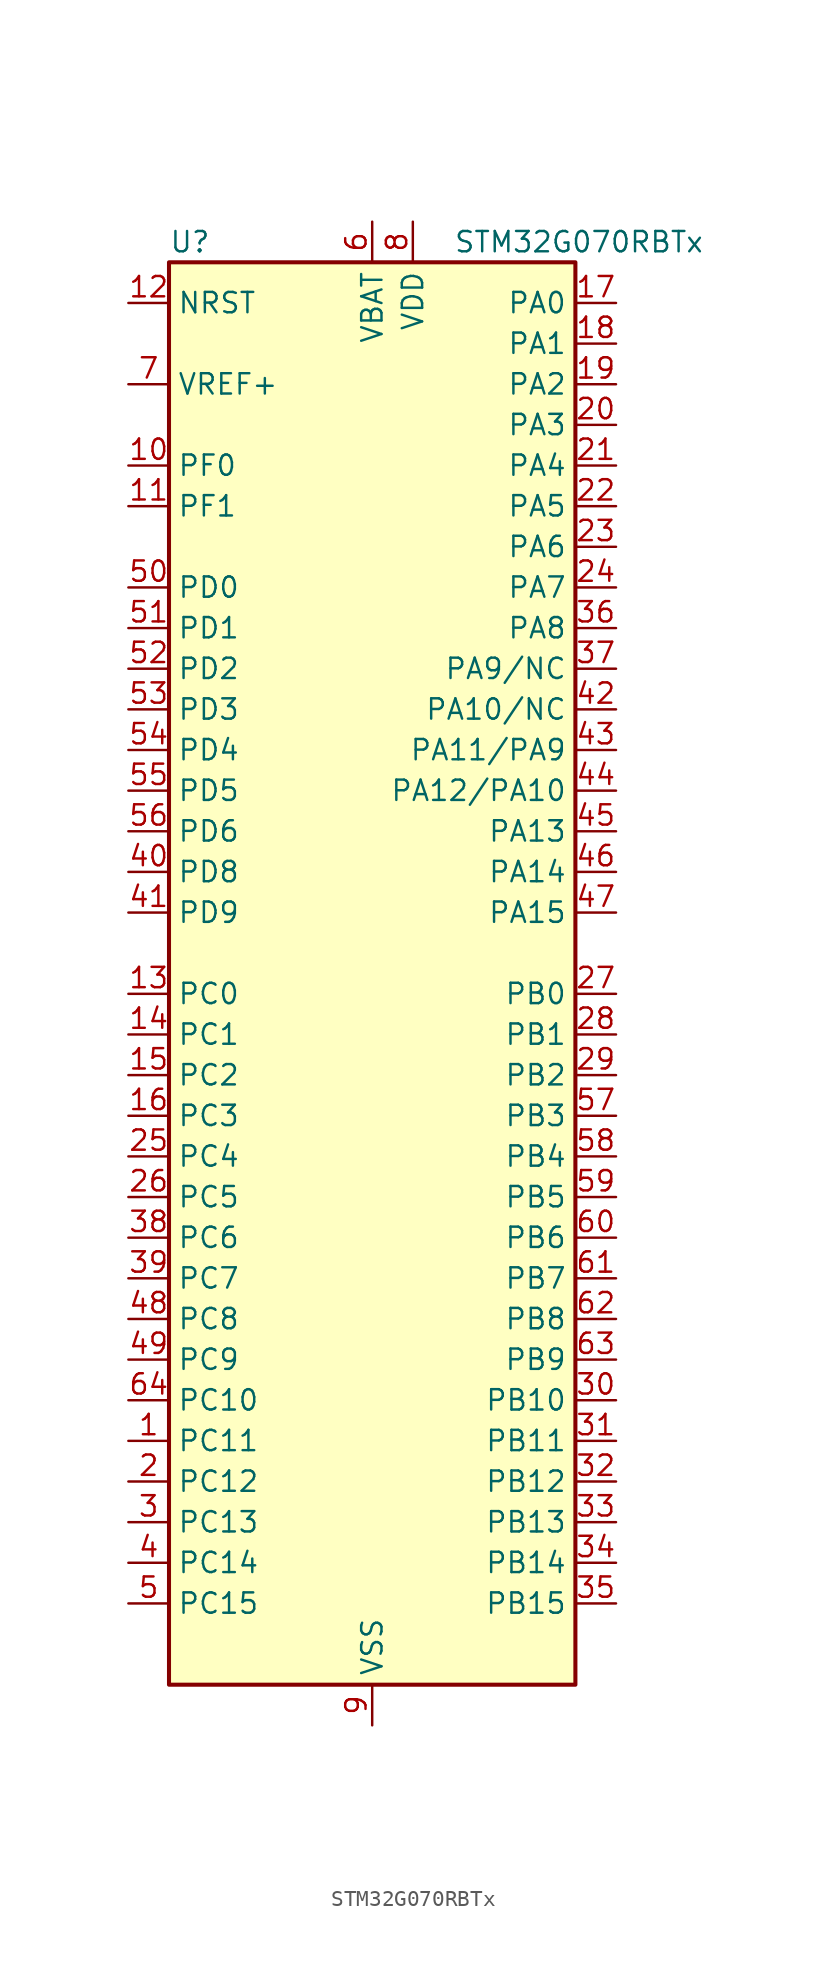
<source format=kicad_sym>
(kicad_symbol_lib
  (version 20220914)
  (generator kicad_symbol_editor)
  (symbol "STM32G070RBTx"
    (property "Reference" "U"
      (at -12.7 46.99 0)
      (effects (font (size 1.27 1.27)) (justify left)))
    (property "Value" "STM32G070RBTx"
      (at 5.08 46.99 0)
      (effects (font (size 1.27 1.27)) (justify left)))
    (property "ki_locked" ""
      (at 0 0 0)
      (effects (font (size 1.27 1.27))))
    (symbol "STM32G070RBTx_0_1"
      (rectangle (start -12.7 -43.18) (end 12.7 45.72) (stroke (width 0.254) (type default)) (fill (type background))))
    (symbol "STM32G070RBTx_1_1"
      (pin bidirectional line (at -15.24 -27.94 0) (length 2.54) (name "PC11" (effects (font (size 1.27 1.27)))) (number "1" (effects (font (size 1.27 1.27)))) (alternate "ADC1_EXTI11" bidirectional line) (alternate "TIM1_CH4" bidirectional line) (alternate "USART3_RX" bidirectional line) (alternate "USART4_RX" bidirectional line))
      (pin bidirectional line (at -15.24 33.02 0) (length 2.54) (name "PF0" (effects (font (size 1.27 1.27)))) (number "10" (effects (font (size 1.27 1.27)))) (alternate "RCC_OSC_IN" bidirectional line) (alternate "TIM14_CH1" bidirectional line))
      (pin bidirectional line (at -15.24 30.48 0) (length 2.54) (name "PF1" (effects (font (size 1.27 1.27)))) (number "11" (effects (font (size 1.27 1.27)))) (alternate "RCC_OSC_EN" bidirectional line) (alternate "RCC_OSC_OUT" bidirectional line) (alternate "TIM15_CH1N" bidirectional line))
      (pin input line (at -15.24 43.18 0) (length 2.54) (name "NRST" (effects (font (size 1.27 1.27)))) (number "12" (effects (font (size 1.27 1.27)))))
      (pin bidirectional line (at -15.24 0 0) (length 2.54) (name "PC0" (effects (font (size 1.27 1.27)))) (number "13" (effects (font (size 1.27 1.27)))))
      (pin bidirectional line (at -15.24 -2.54 0) (length 2.54) (name "PC1" (effects (font (size 1.27 1.27)))) (number "14" (effects (font (size 1.27 1.27)))) (alternate "TIM15_CH1" bidirectional line))
      (pin bidirectional line (at -15.24 -5.08 0) (length 2.54) (name "PC2" (effects (font (size 1.27 1.27)))) (number "15" (effects (font (size 1.27 1.27)))) (alternate "SPI2_MISO" bidirectional line) (alternate "TIM15_CH2" bidirectional line))
      (pin bidirectional line (at -15.24 -7.62 0) (length 2.54) (name "PC3" (effects (font (size 1.27 1.27)))) (number "16" (effects (font (size 1.27 1.27)))) (alternate "SPI2_MOSI" bidirectional line))
      (pin bidirectional line (at 15.24 43.18 180) (length 2.54) (name "PA0" (effects (font (size 1.27 1.27)))) (number "17" (effects (font (size 1.27 1.27)))) (alternate "ADC1_IN0" bidirectional line) (alternate "RTC_TAMP_IN2" bidirectional line) (alternate "SPI2_SCK" bidirectional line) (alternate "SYS_WKUP1" bidirectional line) (alternate "USART2_CTS" bidirectional line) (alternate "USART2_NSS" bidirectional line) (alternate "USART4_TX" bidirectional line))
      (pin bidirectional line (at 15.24 40.64 180) (length 2.54) (name "PA1" (effects (font (size 1.27 1.27)))) (number "18" (effects (font (size 1.27 1.27)))) (alternate "ADC1_IN1" bidirectional line) (alternate "I2C1_SMBA" bidirectional line) (alternate "I2S1_CK" bidirectional line) (alternate "SPI1_SCK" bidirectional line) (alternate "TIM15_CH1N" bidirectional line) (alternate "USART2_CK" bidirectional line) (alternate "USART2_DE" bidirectional line) (alternate "USART2_RTS" bidirectional line) (alternate "USART4_RX" bidirectional line))
      (pin bidirectional line (at 15.24 38.1 180) (length 2.54) (name "PA2" (effects (font (size 1.27 1.27)))) (number "19" (effects (font (size 1.27 1.27)))) (alternate "ADC1_IN2" bidirectional line) (alternate "I2S1_SD" bidirectional line) (alternate "RCC_LSCO" bidirectional line) (alternate "SPI1_MOSI" bidirectional line) (alternate "SYS_WKUP4" bidirectional line) (alternate "TIM15_CH1" bidirectional line) (alternate "USART2_TX" bidirectional line))
      (pin bidirectional line (at -15.24 -30.48 0) (length 2.54) (name "PC12" (effects (font (size 1.27 1.27)))) (number "2" (effects (font (size 1.27 1.27)))) (alternate "TIM14_CH1" bidirectional line))
      (pin bidirectional line (at 15.24 35.56 180) (length 2.54) (name "PA3" (effects (font (size 1.27 1.27)))) (number "20" (effects (font (size 1.27 1.27)))) (alternate "ADC1_IN3" bidirectional line) (alternate "SPI2_MISO" bidirectional line) (alternate "TIM15_CH2" bidirectional line) (alternate "USART2_RX" bidirectional line))
      (pin bidirectional line (at 15.24 33.02 180) (length 2.54) (name "PA4" (effects (font (size 1.27 1.27)))) (number "21" (effects (font (size 1.27 1.27)))) (alternate "ADC1_IN4" bidirectional line) (alternate "I2S1_WS" bidirectional line) (alternate "RTC_OUT_ALARM" bidirectional line) (alternate "RTC_OUT_CALIB" bidirectional line) (alternate "SPI1_NSS" bidirectional line) (alternate "SPI2_MOSI" bidirectional line) (alternate "TIM14_CH1" bidirectional line))
      (pin bidirectional line (at 15.24 30.48 180) (length 2.54) (name "PA5" (effects (font (size 1.27 1.27)))) (number "22" (effects (font (size 1.27 1.27)))) (alternate "ADC1_IN5" bidirectional line) (alternate "I2S1_CK" bidirectional line) (alternate "SPI1_SCK" bidirectional line) (alternate "USART3_TX" bidirectional line))
      (pin bidirectional line (at 15.24 27.94 180) (length 2.54) (name "PA6" (effects (font (size 1.27 1.27)))) (number "23" (effects (font (size 1.27 1.27)))) (alternate "ADC1_IN6" bidirectional line) (alternate "I2S1_MCK" bidirectional line) (alternate "SPI1_MISO" bidirectional line) (alternate "TIM16_CH1" bidirectional line) (alternate "TIM1_BK" bidirectional line) (alternate "TIM3_CH1" bidirectional line) (alternate "USART3_CTS" bidirectional line) (alternate "USART3_NSS" bidirectional line))
      (pin bidirectional line (at 15.24 25.4 180) (length 2.54) (name "PA7" (effects (font (size 1.27 1.27)))) (number "24" (effects (font (size 1.27 1.27)))) (alternate "ADC1_IN7" bidirectional line) (alternate "I2S1_SD" bidirectional line) (alternate "SPI1_MOSI" bidirectional line) (alternate "TIM14_CH1" bidirectional line) (alternate "TIM17_CH1" bidirectional line) (alternate "TIM1_CH1N" bidirectional line) (alternate "TIM3_CH2" bidirectional line))
      (pin bidirectional line (at -15.24 -10.16 0) (length 2.54) (name "PC4" (effects (font (size 1.27 1.27)))) (number "25" (effects (font (size 1.27 1.27)))) (alternate "ADC1_IN17" bidirectional line) (alternate "USART1_TX" bidirectional line) (alternate "USART3_TX" bidirectional line))
      (pin bidirectional line (at -15.24 -12.7 0) (length 2.54) (name "PC5" (effects (font (size 1.27 1.27)))) (number "26" (effects (font (size 1.27 1.27)))) (alternate "ADC1_IN18" bidirectional line) (alternate "SYS_WKUP5" bidirectional line) (alternate "USART1_RX" bidirectional line) (alternate "USART3_RX" bidirectional line))
      (pin bidirectional line (at 15.24 0 180) (length 2.54) (name "PB0" (effects (font (size 1.27 1.27)))) (number "27" (effects (font (size 1.27 1.27)))) (alternate "ADC1_IN8" bidirectional line) (alternate "I2S1_WS" bidirectional line) (alternate "SPI1_NSS" bidirectional line) (alternate "TIM1_CH2N" bidirectional line) (alternate "TIM3_CH3" bidirectional line) (alternate "USART3_RX" bidirectional line))
      (pin bidirectional line (at 15.24 -2.54 180) (length 2.54) (name "PB1" (effects (font (size 1.27 1.27)))) (number "28" (effects (font (size 1.27 1.27)))) (alternate "ADC1_IN9" bidirectional line) (alternate "TIM14_CH1" bidirectional line) (alternate "TIM1_CH3N" bidirectional line) (alternate "TIM3_CH4" bidirectional line) (alternate "USART3_CK" bidirectional line) (alternate "USART3_DE" bidirectional line) (alternate "USART3_RTS" bidirectional line))
      (pin bidirectional line (at 15.24 -5.08 180) (length 2.54) (name "PB2" (effects (font (size 1.27 1.27)))) (number "29" (effects (font (size 1.27 1.27)))) (alternate "ADC1_IN10" bidirectional line) (alternate "SPI2_MISO" bidirectional line) (alternate "USART3_TX" bidirectional line))
      (pin bidirectional line (at -15.24 -33.02 0) (length 2.54) (name "PC13" (effects (font (size 1.27 1.27)))) (number "3" (effects (font (size 1.27 1.27)))) (alternate "RTC_OUT_ALARM" bidirectional line) (alternate "RTC_OUT_CALIB" bidirectional line) (alternate "RTC_TAMP_IN1" bidirectional line) (alternate "RTC_TS" bidirectional line) (alternate "SYS_WKUP2" bidirectional line) (alternate "TIM1_BK" bidirectional line))
      (pin bidirectional line (at 15.24 -25.4 180) (length 2.54) (name "PB10" (effects (font (size 1.27 1.27)))) (number "30" (effects (font (size 1.27 1.27)))) (alternate "ADC1_IN11" bidirectional line) (alternate "I2C2_SCL" bidirectional line) (alternate "SPI2_SCK" bidirectional line) (alternate "USART3_TX" bidirectional line))
      (pin bidirectional line (at 15.24 -27.94 180) (length 2.54) (name "PB11" (effects (font (size 1.27 1.27)))) (number "31" (effects (font (size 1.27 1.27)))) (alternate "ADC1_EXTI11" bidirectional line) (alternate "ADC1_IN15" bidirectional line) (alternate "I2C2_SDA" bidirectional line) (alternate "SPI2_MOSI" bidirectional line) (alternate "USART3_RX" bidirectional line))
      (pin bidirectional line (at 15.24 -30.48 180) (length 2.54) (name "PB12" (effects (font (size 1.27 1.27)))) (number "32" (effects (font (size 1.27 1.27)))) (alternate "ADC1_IN16" bidirectional line) (alternate "SPI2_NSS" bidirectional line) (alternate "TIM15_BK" bidirectional line) (alternate "TIM1_BK" bidirectional line))
      (pin bidirectional line (at 15.24 -33.02 180) (length 2.54) (name "PB13" (effects (font (size 1.27 1.27)))) (number "33" (effects (font (size 1.27 1.27)))) (alternate "I2C2_SCL" bidirectional line) (alternate "SPI2_SCK" bidirectional line) (alternate "TIM15_CH1N" bidirectional line) (alternate "TIM1_CH1N" bidirectional line) (alternate "USART3_CTS" bidirectional line) (alternate "USART3_NSS" bidirectional line))
      (pin bidirectional line (at 15.24 -35.56 180) (length 2.54) (name "PB14" (effects (font (size 1.27 1.27)))) (number "34" (effects (font (size 1.27 1.27)))) (alternate "I2C2_SDA" bidirectional line) (alternate "SPI2_MISO" bidirectional line) (alternate "TIM15_CH1" bidirectional line) (alternate "TIM1_CH2N" bidirectional line) (alternate "USART3_CK" bidirectional line) (alternate "USART3_DE" bidirectional line) (alternate "USART3_RTS" bidirectional line))
      (pin bidirectional line (at 15.24 -38.1 180) (length 2.54) (name "PB15" (effects (font (size 1.27 1.27)))) (number "35" (effects (font (size 1.27 1.27)))) (alternate "RTC_REFIN" bidirectional line) (alternate "SPI2_MOSI" bidirectional line) (alternate "TIM15_CH1N" bidirectional line) (alternate "TIM15_CH2" bidirectional line) (alternate "TIM1_CH3N" bidirectional line))
      (pin bidirectional line (at 15.24 22.86 180) (length 2.54) (name "PA8" (effects (font (size 1.27 1.27)))) (number "36" (effects (font (size 1.27 1.27)))) (alternate "RCC_MCO" bidirectional line) (alternate "SPI2_NSS" bidirectional line) (alternate "TIM1_CH1" bidirectional line))
      (pin bidirectional line (at 15.24 20.32 180) (length 2.54) (name "PA9/NC" (effects (font (size 1.27 1.27)))) (number "37" (effects (font (size 1.27 1.27)))) (alternate "I2C1_SCL" bidirectional line) (alternate "RCC_MCO" bidirectional line) (alternate "SPI2_MISO" bidirectional line) (alternate "TIM15_BK" bidirectional line) (alternate "TIM1_CH2" bidirectional line) (alternate "USART1_TX" bidirectional line))
      (pin bidirectional line (at -15.24 -15.24 0) (length 2.54) (name "PC6" (effects (font (size 1.27 1.27)))) (number "38" (effects (font (size 1.27 1.27)))) (alternate "TIM3_CH1" bidirectional line))
      (pin bidirectional line (at -15.24 -17.78 0) (length 2.54) (name "PC7" (effects (font (size 1.27 1.27)))) (number "39" (effects (font (size 1.27 1.27)))) (alternate "TIM3_CH2" bidirectional line))
      (pin bidirectional line (at -15.24 -35.56 0) (length 2.54) (name "PC14" (effects (font (size 1.27 1.27)))) (number "4" (effects (font (size 1.27 1.27)))) (alternate "RCC_OSC32_IN" bidirectional line) (alternate "TIM1_BK2" bidirectional line))
      (pin bidirectional line (at -15.24 7.62 0) (length 2.54) (name "PD8" (effects (font (size 1.27 1.27)))) (number "40" (effects (font (size 1.27 1.27)))) (alternate "I2S1_CK" bidirectional line) (alternate "SPI1_SCK" bidirectional line) (alternate "USART3_TX" bidirectional line))
      (pin bidirectional line (at -15.24 5.08 0) (length 2.54) (name "PD9" (effects (font (size 1.27 1.27)))) (number "41" (effects (font (size 1.27 1.27)))) (alternate "I2S1_WS" bidirectional line) (alternate "SPI1_NSS" bidirectional line) (alternate "TIM1_BK2" bidirectional line) (alternate "USART3_RX" bidirectional line))
      (pin bidirectional line (at 15.24 17.78 180) (length 2.54) (name "PA10/NC" (effects (font (size 1.27 1.27)))) (number "42" (effects (font (size 1.27 1.27)))) (alternate "I2C1_SDA" bidirectional line) (alternate "SPI2_MOSI" bidirectional line) (alternate "TIM17_BK" bidirectional line) (alternate "TIM1_CH3" bidirectional line) (alternate "USART1_RX" bidirectional line))
      (pin bidirectional line (at 15.24 15.24 180) (length 2.54) (name "PA11/PA9" (effects (font (size 1.27 1.27)))) (number "43" (effects (font (size 1.27 1.27)))) (alternate "ADC1_EXTI11" bidirectional line) (alternate "I2C2_SCL" bidirectional line) (alternate "I2S1_MCK" bidirectional line) (alternate "SPI1_MISO" bidirectional line) (alternate "TIM1_BK2" bidirectional line) (alternate "TIM1_CH4" bidirectional line) (alternate "USART1_CTS" bidirectional line) (alternate "USART1_NSS" bidirectional line))
      (pin bidirectional line (at 15.24 12.7 180) (length 2.54) (name "PA12/PA10" (effects (font (size 1.27 1.27)))) (number "44" (effects (font (size 1.27 1.27)))) (alternate "I2C2_SDA" bidirectional line) (alternate "I2S1_SD" bidirectional line) (alternate "I2S_CKIN" bidirectional line) (alternate "SPI1_MOSI" bidirectional line) (alternate "TIM1_ETR" bidirectional line) (alternate "USART1_CK" bidirectional line) (alternate "USART1_DE" bidirectional line) (alternate "USART1_RTS" bidirectional line))
      (pin bidirectional line (at 15.24 10.16 180) (length 2.54) (name "PA13" (effects (font (size 1.27 1.27)))) (number "45" (effects (font (size 1.27 1.27)))) (alternate "IR_OUT" bidirectional line) (alternate "SYS_SWDIO" bidirectional line))
      (pin bidirectional line (at 15.24 7.62 180) (length 2.54) (name "PA14" (effects (font (size 1.27 1.27)))) (number "46" (effects (font (size 1.27 1.27)))) (alternate "SYS_SWCLK" bidirectional line) (alternate "USART2_TX" bidirectional line))
      (pin bidirectional line (at 15.24 5.08 180) (length 2.54) (name "PA15" (effects (font (size 1.27 1.27)))) (number "47" (effects (font (size 1.27 1.27)))) (alternate "I2S1_WS" bidirectional line) (alternate "SPI1_NSS" bidirectional line) (alternate "USART2_RX" bidirectional line) (alternate "USART3_CK" bidirectional line) (alternate "USART3_DE" bidirectional line) (alternate "USART3_RTS" bidirectional line) (alternate "USART4_CK" bidirectional line) (alternate "USART4_DE" bidirectional line) (alternate "USART4_RTS" bidirectional line))
      (pin bidirectional line (at -15.24 -20.32 0) (length 2.54) (name "PC8" (effects (font (size 1.27 1.27)))) (number "48" (effects (font (size 1.27 1.27)))) (alternate "TIM1_CH1" bidirectional line) (alternate "TIM3_CH3" bidirectional line))
      (pin bidirectional line (at -15.24 -22.86 0) (length 2.54) (name "PC9" (effects (font (size 1.27 1.27)))) (number "49" (effects (font (size 1.27 1.27)))) (alternate "I2S_CKIN" bidirectional line) (alternate "TIM1_CH2" bidirectional line) (alternate "TIM3_CH4" bidirectional line))
      (pin bidirectional line (at -15.24 -38.1 0) (length 2.54) (name "PC15" (effects (font (size 1.27 1.27)))) (number "5" (effects (font (size 1.27 1.27)))) (alternate "RCC_OSC32_EN" bidirectional line) (alternate "RCC_OSC32_OUT" bidirectional line) (alternate "RCC_OSC_EN" bidirectional line) (alternate "TIM15_BK" bidirectional line))
      (pin bidirectional line (at -15.24 25.4 0) (length 2.54) (name "PD0" (effects (font (size 1.27 1.27)))) (number "50" (effects (font (size 1.27 1.27)))) (alternate "SPI2_NSS" bidirectional line) (alternate "TIM16_CH1" bidirectional line))
      (pin bidirectional line (at -15.24 22.86 0) (length 2.54) (name "PD1" (effects (font (size 1.27 1.27)))) (number "51" (effects (font (size 1.27 1.27)))) (alternate "SPI2_SCK" bidirectional line) (alternate "TIM17_CH1" bidirectional line))
      (pin bidirectional line (at -15.24 20.32 0) (length 2.54) (name "PD2" (effects (font (size 1.27 1.27)))) (number "52" (effects (font (size 1.27 1.27)))) (alternate "TIM1_CH1N" bidirectional line) (alternate "TIM3_ETR" bidirectional line) (alternate "USART3_CK" bidirectional line) (alternate "USART3_DE" bidirectional line) (alternate "USART3_RTS" bidirectional line))
      (pin bidirectional line (at -15.24 17.78 0) (length 2.54) (name "PD3" (effects (font (size 1.27 1.27)))) (number "53" (effects (font (size 1.27 1.27)))) (alternate "SPI2_MISO" bidirectional line) (alternate "TIM1_CH2N" bidirectional line) (alternate "USART2_CTS" bidirectional line) (alternate "USART2_NSS" bidirectional line))
      (pin bidirectional line (at -15.24 15.24 0) (length 2.54) (name "PD4" (effects (font (size 1.27 1.27)))) (number "54" (effects (font (size 1.27 1.27)))) (alternate "SPI2_MOSI" bidirectional line) (alternate "TIM1_CH3N" bidirectional line) (alternate "USART2_CK" bidirectional line) (alternate "USART2_DE" bidirectional line) (alternate "USART2_RTS" bidirectional line))
      (pin bidirectional line (at -15.24 12.7 0) (length 2.54) (name "PD5" (effects (font (size 1.27 1.27)))) (number "55" (effects (font (size 1.27 1.27)))) (alternate "I2S1_MCK" bidirectional line) (alternate "SPI1_MISO" bidirectional line) (alternate "TIM1_BK" bidirectional line) (alternate "USART2_TX" bidirectional line))
      (pin bidirectional line (at -15.24 10.16 0) (length 2.54) (name "PD6" (effects (font (size 1.27 1.27)))) (number "56" (effects (font (size 1.27 1.27)))) (alternate "I2S1_SD" bidirectional line) (alternate "SPI1_MOSI" bidirectional line) (alternate "USART2_RX" bidirectional line))
      (pin bidirectional line (at 15.24 -7.62 180) (length 2.54) (name "PB3" (effects (font (size 1.27 1.27)))) (number "57" (effects (font (size 1.27 1.27)))) (alternate "I2S1_CK" bidirectional line) (alternate "SPI1_SCK" bidirectional line) (alternate "TIM1_CH2" bidirectional line) (alternate "USART1_CK" bidirectional line) (alternate "USART1_DE" bidirectional line) (alternate "USART1_RTS" bidirectional line))
      (pin bidirectional line (at 15.24 -10.16 180) (length 2.54) (name "PB4" (effects (font (size 1.27 1.27)))) (number "58" (effects (font (size 1.27 1.27)))) (alternate "I2S1_MCK" bidirectional line) (alternate "SPI1_MISO" bidirectional line) (alternate "TIM17_BK" bidirectional line) (alternate "TIM3_CH1" bidirectional line) (alternate "USART1_CTS" bidirectional line) (alternate "USART1_NSS" bidirectional line))
      (pin bidirectional line (at 15.24 -12.7 180) (length 2.54) (name "PB5" (effects (font (size 1.27 1.27)))) (number "59" (effects (font (size 1.27 1.27)))) (alternate "I2C1_SMBA" bidirectional line) (alternate "I2S1_SD" bidirectional line) (alternate "SPI1_MOSI" bidirectional line) (alternate "SYS_WKUP6" bidirectional line) (alternate "TIM16_BK" bidirectional line) (alternate "TIM3_CH2" bidirectional line))
      (pin power_in line (at 0 48.26 270) (length 2.54) (name "VBAT" (effects (font (size 1.27 1.27)))) (number "6" (effects (font (size 1.27 1.27)))))
      (pin bidirectional line (at 15.24 -15.24 180) (length 2.54) (name "PB6" (effects (font (size 1.27 1.27)))) (number "60" (effects (font (size 1.27 1.27)))) (alternate "I2C1_SCL" bidirectional line) (alternate "SPI2_MISO" bidirectional line) (alternate "TIM16_CH1N" bidirectional line) (alternate "TIM1_CH3" bidirectional line) (alternate "USART1_TX" bidirectional line))
      (pin bidirectional line (at 15.24 -17.78 180) (length 2.54) (name "PB7" (effects (font (size 1.27 1.27)))) (number "61" (effects (font (size 1.27 1.27)))) (alternate "I2C1_SDA" bidirectional line) (alternate "SPI2_MOSI" bidirectional line) (alternate "TIM17_CH1N" bidirectional line) (alternate "USART1_RX" bidirectional line) (alternate "USART4_CTS" bidirectional line) (alternate "USART4_NSS" bidirectional line))
      (pin bidirectional line (at 15.24 -20.32 180) (length 2.54) (name "PB8" (effects (font (size 1.27 1.27)))) (number "62" (effects (font (size 1.27 1.27)))) (alternate "I2C1_SCL" bidirectional line) (alternate "SPI2_SCK" bidirectional line) (alternate "TIM15_BK" bidirectional line) (alternate "TIM16_CH1" bidirectional line) (alternate "USART3_TX" bidirectional line))
      (pin bidirectional line (at 15.24 -22.86 180) (length 2.54) (name "PB9" (effects (font (size 1.27 1.27)))) (number "63" (effects (font (size 1.27 1.27)))) (alternate "I2C1_SDA" bidirectional line) (alternate "IR_OUT" bidirectional line) (alternate "SPI2_NSS" bidirectional line) (alternate "TIM17_CH1" bidirectional line) (alternate "USART3_RX" bidirectional line))
      (pin bidirectional line (at -15.24 -25.4 0) (length 2.54) (name "PC10" (effects (font (size 1.27 1.27)))) (number "64" (effects (font (size 1.27 1.27)))) (alternate "TIM1_CH3" bidirectional line) (alternate "USART3_TX" bidirectional line) (alternate "USART4_TX" bidirectional line))
      (pin input line (at -15.24 38.1 0) (length 2.54) (name "VREF+" (effects (font (size 1.27 1.27)))) (number "7" (effects (font (size 1.27 1.27)))))
      (pin power_in line (at 2.54 48.26 270) (length 2.54) (name "VDD" (effects (font (size 1.27 1.27)))) (number "8" (effects (font (size 1.27 1.27)))))
      (pin power_in line (at 0 -45.72 90) (length 2.54) (name "VSS" (effects (font (size 1.27 1.27)))) (number "9" (effects (font (size 1.27 1.27))))))))
</source>
